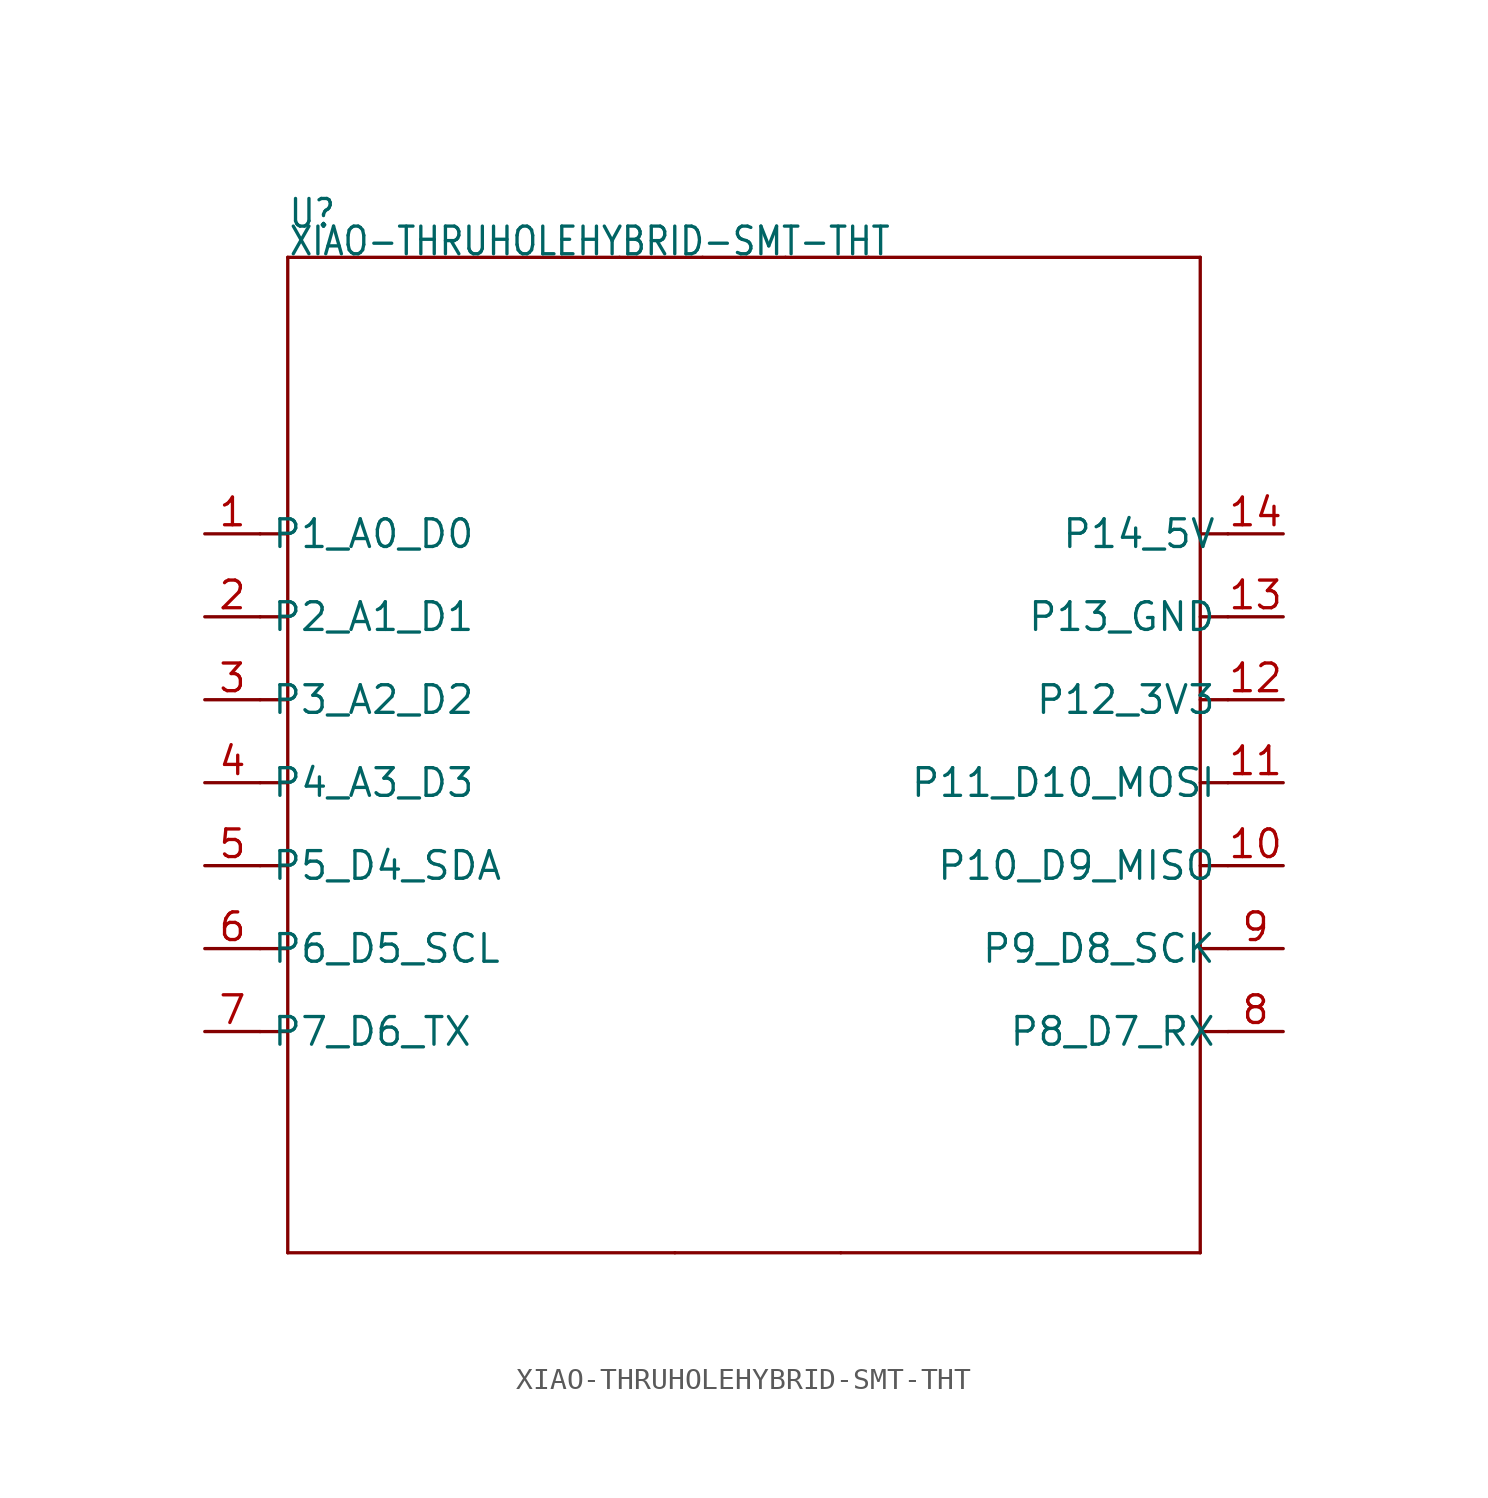
<source format=kicad_sym>
(kicad_symbol_lib
  (version 20211014)
  (generator kicad_symbol_editor)
  (symbol "XIAO-THRUHOLEHYBRID-SMT-THT"
    (property "Reference" "U"
      (at -20.32 24.13 0)
      (effects (font (size 1.27 1.079)) (justify left bottom)))
    (property "Value" "XIAO-THRUHOLEHYBRID-SMT-THT"
      (at -20.32 22.86 0)
      (effects (font (size 1.27 1.079)) (justify left bottom)))
    (property "ki_locked" ""
      (at 0 0 0)
      (effects (font (size 1.27 1.27))))
    (symbol "XIAO-THRUHOLEHYBRID-SMT-THT_1_0"
      (polyline (pts (xy -20.32 -22.86) (xy -2.54 -22.86)) (stroke (width 0.152) (type default) (color 0 0 0 0)) (fill (type none)))
      (polyline (pts (xy -20.32 -12.7) (xy -21.59 -12.7)) (stroke (width 0.152) (type default) (color 0 0 0 0)) (fill (type none)))
      (polyline (pts (xy -20.32 -12.7) (xy -20.32 -22.86)) (stroke (width 0.152) (type default) (color 0 0 0 0)) (fill (type none)))
      (polyline (pts (xy -20.32 -8.89) (xy -21.59 -8.89)) (stroke (width 0.152) (type default) (color 0 0 0 0)) (fill (type none)))
      (polyline (pts (xy -20.32 -5.08) (xy -21.59 -5.08)) (stroke (width 0.152) (type default) (color 0 0 0 0)) (fill (type none)))
      (polyline (pts (xy -20.32 -1.27) (xy -21.59 -1.27)) (stroke (width 0.152) (type default) (color 0 0 0 0)) (fill (type none)))
      (polyline (pts (xy -20.32 2.54) (xy -21.59 2.54)) (stroke (width 0.152) (type default) (color 0 0 0 0)) (fill (type none)))
      (polyline (pts (xy -20.32 2.54) (xy -20.32 -12.7)) (stroke (width 0.152) (type default) (color 0 0 0 0)) (fill (type none)))
      (polyline (pts (xy -20.32 6.35) (xy -21.59 6.35)) (stroke (width 0.152) (type default) (color 0 0 0 0)) (fill (type none)))
      (polyline (pts (xy -20.32 6.35) (xy -20.32 2.54)) (stroke (width 0.152) (type default) (color 0 0 0 0)) (fill (type none)))
      (polyline (pts (xy -20.32 10.16) (xy -21.59 10.16)) (stroke (width 0.152) (type default) (color 0 0 0 0)) (fill (type none)))
      (polyline (pts (xy -20.32 10.16) (xy -20.32 6.35)) (stroke (width 0.152) (type default) (color 0 0 0 0)) (fill (type none)))
      (polyline (pts (xy -20.32 22.86) (xy -20.32 10.16)) (stroke (width 0.152) (type default) (color 0 0 0 0)) (fill (type none)))
      (polyline (pts (xy -5.08 22.86) (xy -20.32 22.86)) (stroke (width 0.152) (type default) (color 0 0 0 0)) (fill (type none)))
      (polyline (pts (xy -2.54 -22.86) (xy 5.08 -22.86)) (stroke (width 0.152) (type default) (color 0 0 0 0)) (fill (type none)))
      (polyline (pts (xy -1.27 22.86) (xy -5.08 22.86)) (stroke (width 0.152) (type default) (color 0 0 0 0)) (fill (type none)))
      (polyline (pts (xy 2.54 22.86) (xy -1.27 22.86)) (stroke (width 0.152) (type default) (color 0 0 0 0)) (fill (type none)))
      (polyline (pts (xy 5.08 -22.86) (xy 21.59 -22.86)) (stroke (width 0.152) (type default) (color 0 0 0 0)) (fill (type none)))
      (polyline (pts (xy 6.35 22.86) (xy 2.54 22.86)) (stroke (width 0.152) (type default) (color 0 0 0 0)) (fill (type none)))
      (polyline (pts (xy 21.59 -22.86) (xy 21.59 22.86)) (stroke (width 0.152) (type default) (color 0 0 0 0)) (fill (type none)))
      (polyline (pts (xy 21.59 22.86) (xy 6.35 22.86)) (stroke (width 0.152) (type default) (color 0 0 0 0)) (fill (type none)))
      (polyline (pts (xy 22.86 -12.7) (xy 21.59 -12.7)) (stroke (width 0.152) (type default) (color 0 0 0 0)) (fill (type none)))
      (polyline (pts (xy 22.86 -8.89) (xy 21.59 -8.89)) (stroke (width 0.152) (type default) (color 0 0 0 0)) (fill (type none)))
      (polyline (pts (xy 22.86 -5.08) (xy 21.59 -5.08)) (stroke (width 0.152) (type default) (color 0 0 0 0)) (fill (type none)))
      (polyline (pts (xy 22.86 -1.27) (xy 21.59 -1.27)) (stroke (width 0.152) (type default) (color 0 0 0 0)) (fill (type none)))
      (polyline (pts (xy 22.86 2.54) (xy 21.59 2.54)) (stroke (width 0.152) (type default) (color 0 0 0 0)) (fill (type none)))
      (polyline (pts (xy 22.86 6.35) (xy 21.59 6.35)) (stroke (width 0.152) (type default) (color 0 0 0 0)) (fill (type none)))
      (polyline (pts (xy 22.86 10.16) (xy 21.59 10.16)) (stroke (width 0.152) (type default) (color 0 0 0 0)) (fill (type none)))
      (pin bidirectional line (at -24.13 10.16 0) (length 2.54) (name "P1_A0_D0" (effects (font (size 1.27 1.27)))) (number "1" (effects (font (size 1.27 1.27)))))
      (pin bidirectional line (at 25.4 -5.08 180) (length 2.54) (name "P10_D9_MISO" (effects (font (size 1.27 1.27)))) (number "10" (effects (font (size 1.27 1.27)))))
      (pin bidirectional line (at 25.4 -1.27 180) (length 2.54) (name "P11_D10_MOSI" (effects (font (size 1.27 1.27)))) (number "11" (effects (font (size 1.27 1.27)))))
      (pin bidirectional line (at 25.4 2.54 180) (length 2.54) (name "P12_3V3" (effects (font (size 1.27 1.27)))) (number "12" (effects (font (size 1.27 1.27)))))
      (pin bidirectional line (at 25.4 6.35 180) (length 2.54) (name "P13_GND" (effects (font (size 1.27 1.27)))) (number "13" (effects (font (size 1.27 1.27)))))
      (pin bidirectional line (at 25.4 10.16 180) (length 2.54) (name "P14_5V" (effects (font (size 1.27 1.27)))) (number "14" (effects (font (size 1.27 1.27)))))
      (pin bidirectional line (at -24.13 6.35 0) (length 2.54) (name "P2_A1_D1" (effects (font (size 1.27 1.27)))) (number "2" (effects (font (size 1.27 1.27)))))
      (pin bidirectional line (at -24.13 2.54 0) (length 2.54) (name "P3_A2_D2" (effects (font (size 1.27 1.27)))) (number "3" (effects (font (size 1.27 1.27)))))
      (pin bidirectional line (at -24.13 -1.27 0) (length 2.54) (name "P4_A3_D3" (effects (font (size 1.27 1.27)))) (number "4" (effects (font (size 1.27 1.27)))))
      (pin bidirectional line (at -24.13 -5.08 0) (length 2.54) (name "P5_D4_SDA" (effects (font (size 1.27 1.27)))) (number "5" (effects (font (size 1.27 1.27)))))
      (pin bidirectional line (at -24.13 -8.89 0) (length 2.54) (name "P6_D5_SCL" (effects (font (size 1.27 1.27)))) (number "6" (effects (font (size 1.27 1.27)))))
      (pin bidirectional line (at -24.13 -12.7 0) (length 2.54) (name "P7_D6_TX" (effects (font (size 1.27 1.27)))) (number "7" (effects (font (size 1.27 1.27)))))
      (pin bidirectional line (at 25.4 -12.7 180) (length 2.54) (name "P8_D7_RX" (effects (font (size 1.27 1.27)))) (number "8" (effects (font (size 1.27 1.27)))))
      (pin bidirectional line (at 25.4 -8.89 180) (length 2.54) (name "P9_D8_SCK" (effects (font (size 1.27 1.27)))) (number "9" (effects (font (size 1.27 1.27))))))))
</source>
